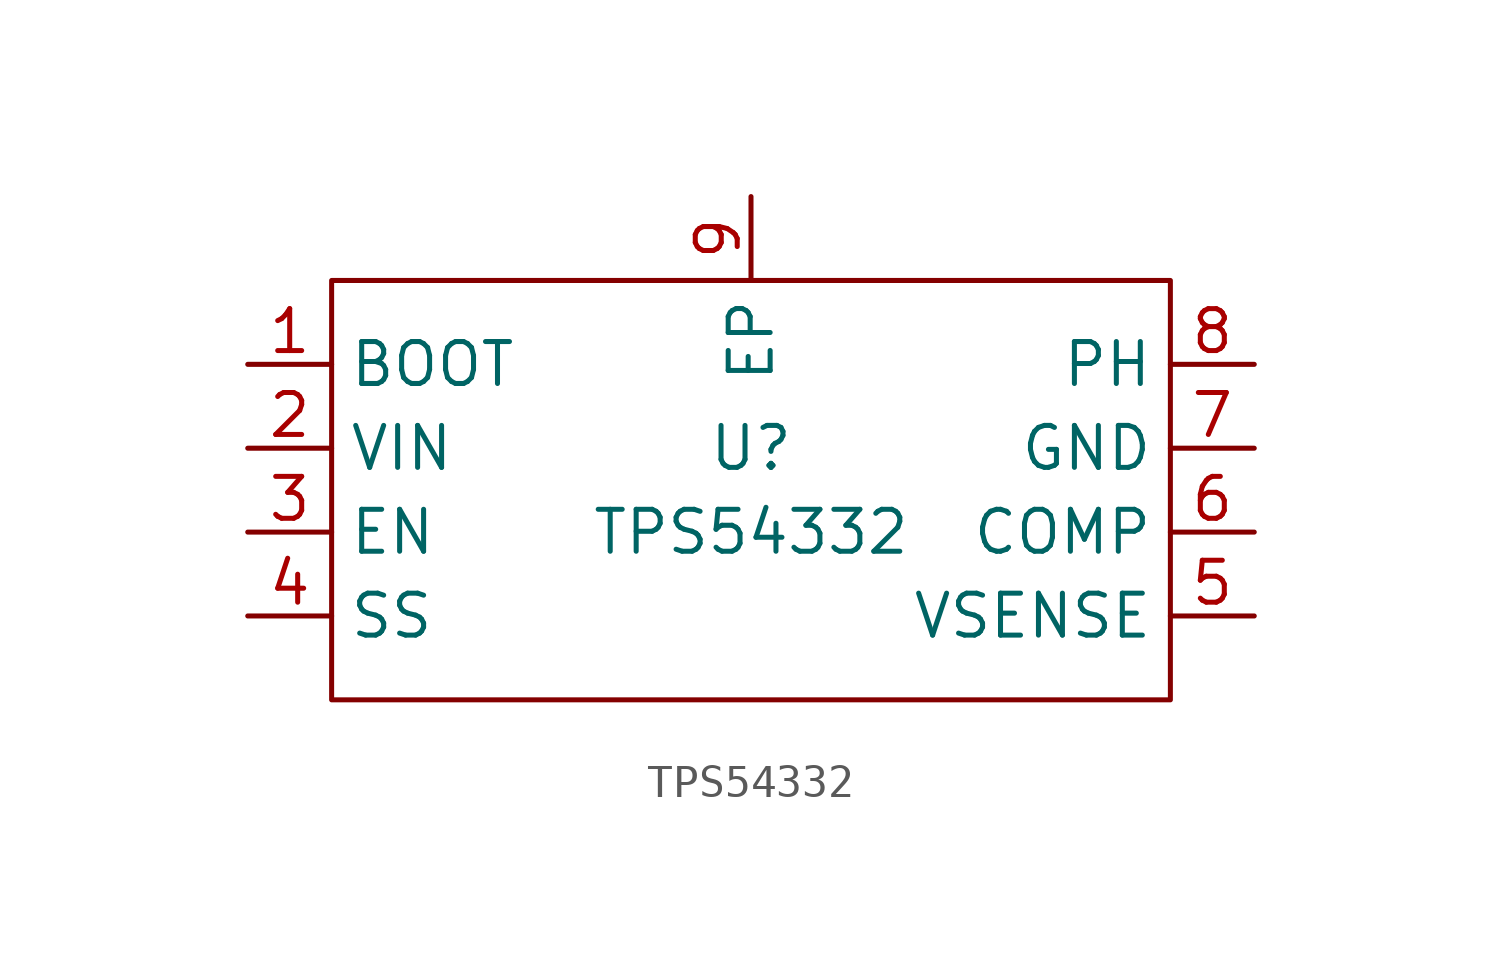
<source format=kicad_sym>
(kicad_symbol_lib
  (version 20211014)
  (generator kicad_symbol_editor)
  (symbol "TPS54332"
    (property "Reference" "U"
      (at 0 1.27 0)
      (effects (font (size 1.27 1.27))))
    (property "Value" "TPS54332"
      (at 0 -1.27 0)
      (effects (font (size 1.27 1.27))))
    (symbol "TPS54332_0_1"
      (rectangle (start -12.7 6.35) (end 12.7 -6.35) (stroke (width 0.152) (type default) (color 0 0 0 0)) (fill (type none))))
    (symbol "TPS54332_1_1"
      (pin output line (at -15.24 3.81 0) (length 2.54) (name "BOOT" (effects (font (size 1.27 1.27)))) (number "1" (effects (font (size 1.27 1.27)))))
      (pin input line (at -15.24 1.27 0) (length 2.54) (name "VIN" (effects (font (size 1.27 1.27)))) (number "2" (effects (font (size 1.27 1.27)))))
      (pin input line (at -15.24 -1.27 0) (length 2.54) (name "EN" (effects (font (size 1.27 1.27)))) (number "3" (effects (font (size 1.27 1.27)))))
      (pin input line (at -15.24 -3.81 0) (length 2.54) (name "SS" (effects (font (size 1.27 1.27)))) (number "4" (effects (font (size 1.27 1.27)))))
      (pin input line (at 15.24 -3.81 180) (length 2.54) (name "VSENSE" (effects (font (size 1.27 1.27)))) (number "5" (effects (font (size 1.27 1.27)))))
      (pin output line (at 15.24 -1.27 180) (length 2.54) (name "COMP" (effects (font (size 1.27 1.27)))) (number "6" (effects (font (size 1.27 1.27)))))
      (pin passive line (at 15.24 1.27 180) (length 2.54) (name "GND" (effects (font (size 1.27 1.27)))) (number "7" (effects (font (size 1.27 1.27)))))
      (pin output line (at 15.24 3.81 180) (length 2.54) (name "PH" (effects (font (size 1.27 1.27)))) (number "8" (effects (font (size 1.27 1.27)))))
      (pin passive line (at 0 8.89 270) (length 2.54) (name "EP" (effects (font (size 1.27 1.27)))) (number "9" (effects (font (size 1.27 1.27))))))))
</source>
